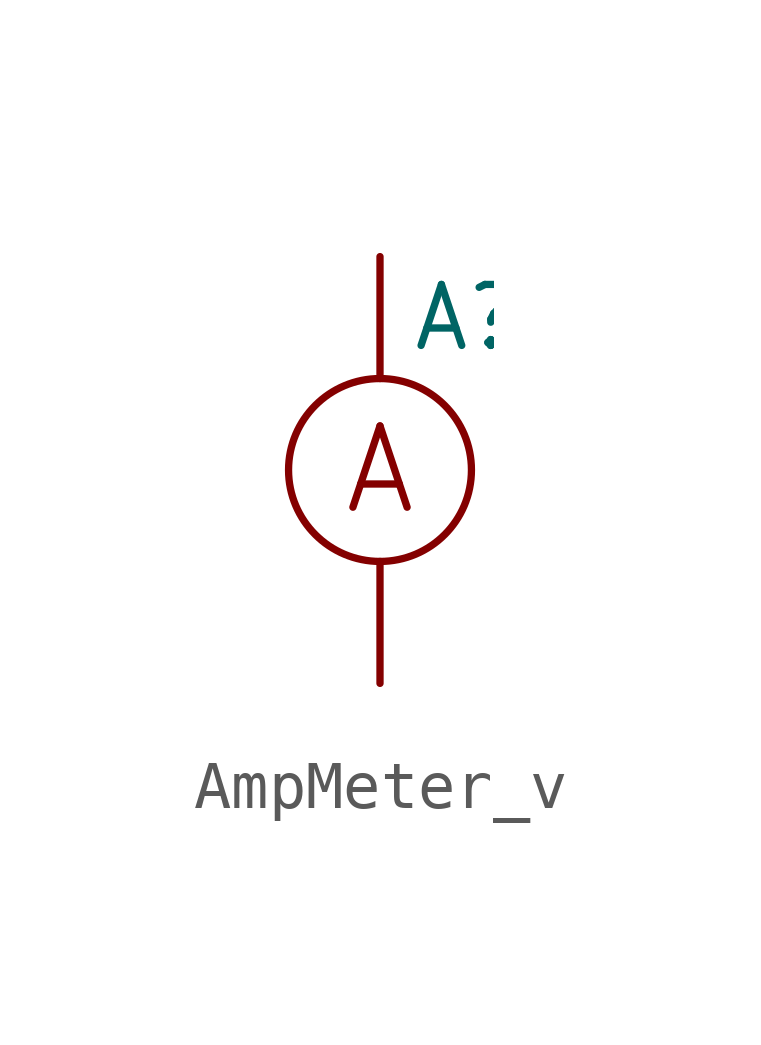
<source format=kicad_sym>
(kicad_symbol_lib
  (version 20220914)
  (generator kicad_symbol_editor)
  (symbol "AmpMeter_v"
    (pin_numbers hide)
    (pin_names
      (offset 0) hide)
    (property "Reference" "A"
      (at 0.635 0.635 0)
      (effects (font (size 1.27 1.27)) (justify left)))
    (symbol "AmpMeter_v_0_0"
      (circle (center 0 -2.54) (radius 1.905) (stroke (width 0.152) (type default)) (fill (type none)))
      (text "A" (at 0 -2.54 0) (effects (font (size 1.693 1.693)))))
    (symbol "AmpMeter_v_1_1"
      (pin unspecified line (at 0 -6.985 90) (length 2.54) (name "" (effects (font (size 1.27 1.27)))) (number "" (effects (font (size 1.27 1.27)))))
      (pin unspecified line (at 0 1.905 270) (length 2.54) (name "" (effects (font (size 1.27 1.27)))) (number "" (effects (font (size 1.27 1.27))))))))
</source>
